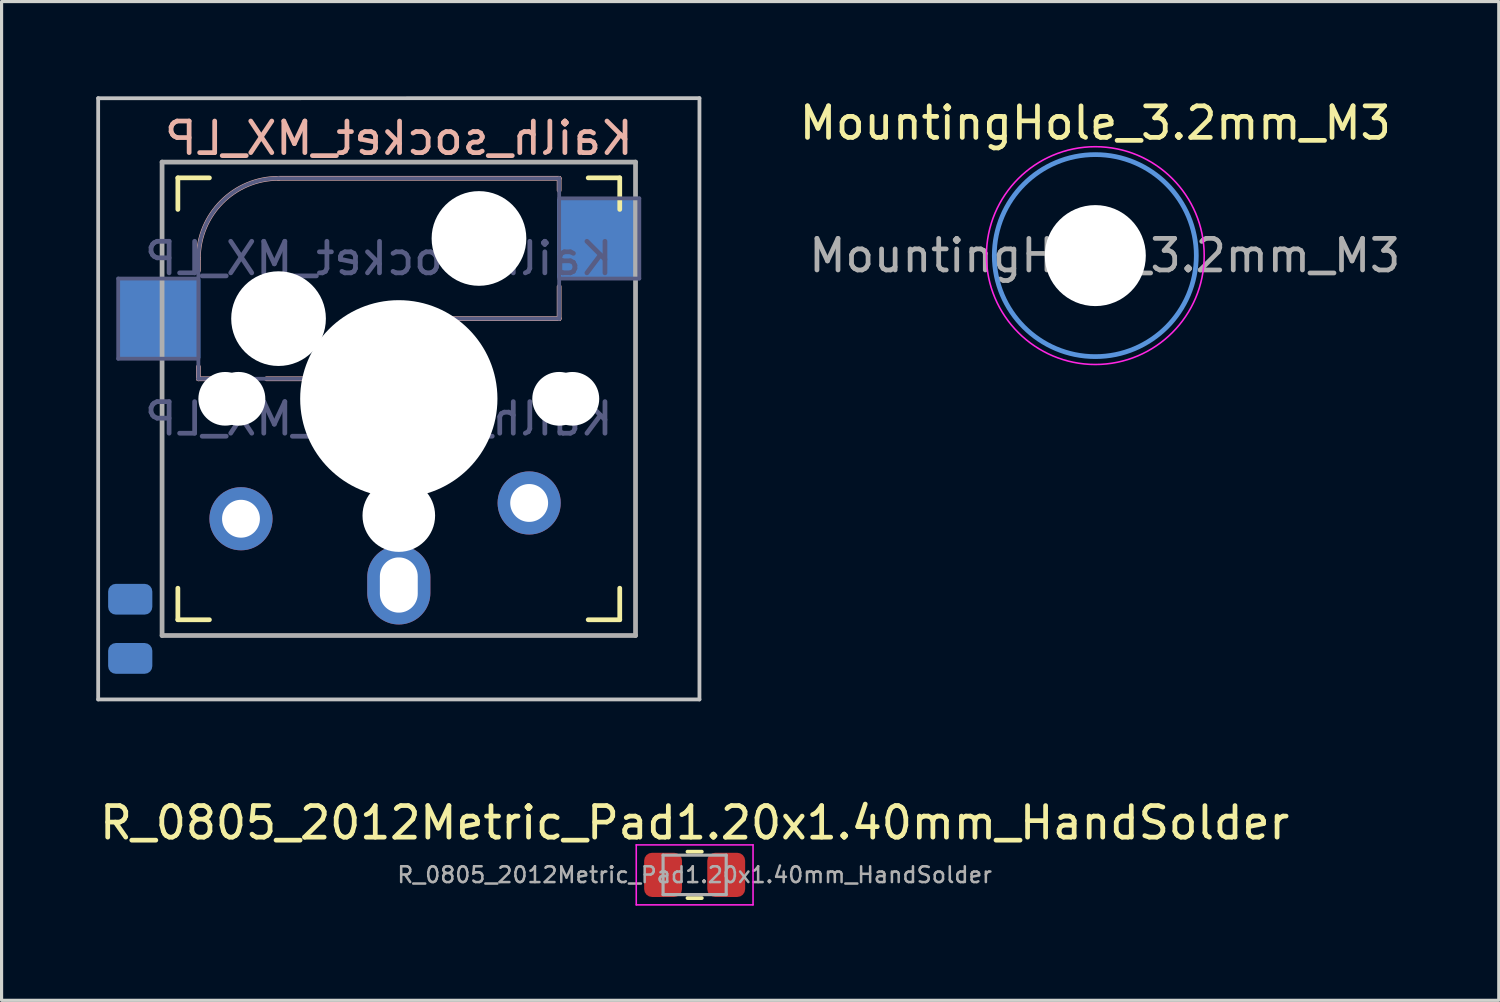
<source format=kicad_pcb>
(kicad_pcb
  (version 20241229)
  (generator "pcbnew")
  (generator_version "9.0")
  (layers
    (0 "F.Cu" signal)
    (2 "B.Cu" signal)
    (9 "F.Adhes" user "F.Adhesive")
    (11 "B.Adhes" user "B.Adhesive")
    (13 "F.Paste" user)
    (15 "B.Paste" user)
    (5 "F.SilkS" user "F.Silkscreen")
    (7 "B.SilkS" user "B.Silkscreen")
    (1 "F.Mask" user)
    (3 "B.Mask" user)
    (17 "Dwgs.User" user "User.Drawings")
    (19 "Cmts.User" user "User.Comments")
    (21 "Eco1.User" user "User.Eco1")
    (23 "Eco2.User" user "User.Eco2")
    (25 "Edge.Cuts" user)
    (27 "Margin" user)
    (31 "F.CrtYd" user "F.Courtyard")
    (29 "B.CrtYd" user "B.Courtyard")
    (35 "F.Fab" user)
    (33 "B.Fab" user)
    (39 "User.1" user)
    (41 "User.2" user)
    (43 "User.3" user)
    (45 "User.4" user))
  (footprint "R_0805_2012Metric_Pad1.20x1.40mm_HandSolder"
    (layer "F.Cu")
    (at 18.958 24.668)
    (property "Reference" "R_0805_2012Metric_Pad1.20x1.40mm_HandSolder" (at 0 -1.65 0) (layer "F.SilkS") (effects (font (size 1 1) (thickness 0.15))))
    (attr smd)
    (fp_line (start -0.227 -0.735) (end 0.227 -0.735) (stroke (width 0.12) (type solid)) (layer "F.SilkS"))
    (fp_line (start -0.227 0.735) (end 0.227 0.735) (stroke (width 0.12) (type solid)) (layer "F.SilkS"))
    (fp_line (start -1.85 -0.95) (end 1.85 -0.95) (stroke (width 0.05) (type solid)) (layer "F.CrtYd"))
    (fp_line (start -1.85 0.95) (end -1.85 -0.95) (stroke (width 0.05) (type solid)) (layer "F.CrtYd"))
    (fp_line (start 1.85 -0.95) (end 1.85 0.95) (stroke (width 0.05) (type solid)) (layer "F.CrtYd"))
    (fp_line (start 1.85 0.95) (end -1.85 0.95) (stroke (width 0.05) (type solid)) (layer "F.CrtYd"))
    (fp_line (start -1 -0.625) (end 1 -0.625) (stroke (width 0.1) (type solid)) (layer "F.Fab"))
    (fp_line (start -1 0.625) (end -1 -0.625) (stroke (width 0.1) (type solid)) (layer "F.Fab"))
    (fp_line (start 1 -0.625) (end 1 0.625) (stroke (width 0.1) (type solid)) (layer "F.Fab"))
    (fp_line (start 1 0.625) (end -1 0.625) (stroke (width 0.1) (type solid)) (layer "F.Fab"))
    (fp_text user "${REFERENCE}" (at 0 0 0) (layer "F.Fab") (effects (font (size 0.5 0.5) (thickness 0.08))))
    (pad "1" smd roundrect (at -1 0) (size 1.2 1.4) (layers "F.Cu" "F.Mask" "F.Paste") (roundrect_rratio 0.208))
    (pad "2" smd roundrect (at 1 0) (size 1.2 1.4) (layers "F.Cu" "F.Mask" "F.Paste") (roundrect_rratio 0.208)))
  (footprint "Kailh_socket_MX_LP"
    (layer "F.Cu")
    (at 9.585 9.585)
    (property "Reference" "Kailh_socket_MX_LP" (at 0 -8.255 0) (layer "B.SilkS") (effects (font (size 1 1) (thickness 0.15)) (justify mirror)))
    (property "Value" "Kailh_socket_MX_LP" (at 0 8.255 0) (layer "F.Fab") (hide yes) (effects (font (size 1 1) (thickness 0.15))))
    (attr smd)
    (fp_line (start -7 -6) (end -7 -7) (stroke (width 0.15) (type solid)) (layer "F.SilkS"))
    (fp_line (start -7 7) (end -7 6) (stroke (width 0.15) (type solid)) (layer "F.SilkS"))
    (fp_line (start -7 7) (end -6 7) (stroke (width 0.15) (type solid)) (layer "F.SilkS"))
    (fp_line (start -6 -7) (end -7 -7) (stroke (width 0.15) (type solid)) (layer "F.SilkS"))
    (fp_line (start 6 7) (end 7 7) (stroke (width 0.15) (type solid)) (layer "F.SilkS"))
    (fp_line (start 7 -7) (end 6 -7) (stroke (width 0.15) (type solid)) (layer "F.SilkS"))
    (fp_line (start 7 -7) (end 7 -6) (stroke (width 0.15) (type solid)) (layer "F.SilkS"))
    (fp_line (start 7 6) (end 7 7) (stroke (width 0.15) (type solid)) (layer "F.SilkS"))
    (fp_line (start -6.35 -4.445) (end -6.35 -4.064) (stroke (width 0.15) (type solid)) (layer "B.SilkS"))
    (fp_line (start -6.35 -1.016) (end -6.35 -0.635) (stroke (width 0.15) (type solid)) (layer "B.SilkS"))
    (fp_line (start -5.969 -0.635) (end -6.35 -0.635) (stroke (width 0.15) (type solid)) (layer "B.SilkS"))
    (fp_line (start -3.81 -6.985) (end 5.08 -6.985) (stroke (width 0.15) (type solid)) (layer "B.SilkS"))
    (fp_line (start -2.464 -0.635) (end -4.191 -0.635) (stroke (width 0.15) (type solid)) (layer "B.SilkS"))
    (fp_line (start 5.08 -6.985) (end 5.08 -6.604) (stroke (width 0.15) (type solid)) (layer "B.SilkS"))
    (fp_line (start 5.08 -3.556) (end 5.08 -2.54) (stroke (width 0.15) (type solid)) (layer "B.SilkS"))
    (fp_line (start 5.08 -2.54) (end 0 -2.54) (stroke (width 0.15) (type solid)) (layer "B.SilkS"))
    (fp_arc (start -6.35 -4.445) (mid -5.606051 -6.241051) (end -3.81 -6.985) (stroke (width 0.15) (type solid)) (layer "B.SilkS"))
    (fp_arc (start -2.464162 -0.61604) (mid -1.563147 -2.002042) (end 0 -2.54) (stroke (width 0.15) (type solid)) (layer "B.SilkS"))
    (fp_line (start -9.525 -9.523) (end 9.525 -9.525) (stroke (width 0.12) (type solid)) (layer "Dwgs.User"))
    (fp_line (start -9.525 9.525) (end -9.525 -9.525) (stroke (width 0.12) (type solid)) (layer "Dwgs.User"))
    (fp_line (start 9.525 -9.525) (end 9.525 9.525) (stroke (width 0.12) (type solid)) (layer "Dwgs.User"))
    (fp_line (start 9.525 9.525) (end -9.525 9.525) (stroke (width 0.12) (type solid)) (layer "Dwgs.User"))
    (fp_line (start -6.9 6.9) (end -6.9 -6.9) (stroke (width 0.15) (type solid)) (layer "Eco2.User"))
    (fp_line (start -6.9 6.9) (end 6.9 6.9) (stroke (width 0.15) (type solid)) (layer "Eco2.User"))
    (fp_line (start 6.9 -6.9) (end -6.9 -6.9) (stroke (width 0.15) (type solid)) (layer "Eco2.User"))
    (fp_line (start 6.9 -6.9) (end 6.9 6.9) (stroke (width 0.15) (type solid)) (layer "Eco2.User"))
    (fp_line (start -8.89 -3.81) (end -6.35 -3.81) (stroke (width 0.12) (type solid)) (layer "B.Fab"))
    (fp_line (start -8.89 -1.27) (end -8.89 -3.81) (stroke (width 0.12) (type solid)) (layer "B.Fab"))
    (fp_line (start -6.35 -1.27) (end -8.89 -1.27) (stroke (width 0.12) (type solid)) (layer "B.Fab"))
    (fp_line (start -6.35 -0.635) (end -6.35 -4.445) (stroke (width 0.12) (type solid)) (layer "B.Fab"))
    (fp_line (start -6.35 -0.635) (end -2.54 -0.635) (stroke (width 0.12) (type solid)) (layer "B.Fab"))
    (fp_line (start -3.81 -6.985) (end 5.08 -6.985) (stroke (width 0.12) (type solid)) (layer "B.Fab"))
    (fp_line (start 5.08 -6.985) (end 5.08 -2.54) (stroke (width 0.12) (type solid)) (layer "B.Fab"))
    (fp_line (start 5.08 -6.35) (end 7.62 -6.35) (stroke (width 0.12) (type solid)) (layer "B.Fab"))
    (fp_line (start 5.08 -2.54) (end 0 -2.54) (stroke (width 0.12) (type solid)) (layer "B.Fab"))
    (fp_line (start 7.62 -6.35) (end 7.62 -3.81) (stroke (width 0.12) (type solid)) (layer "B.Fab"))
    (fp_line (start 7.62 -3.81) (end 5.08 -3.81) (stroke (width 0.12) (type solid)) (layer "B.Fab"))
    (fp_arc (start -6.35 -4.445) (mid -5.606051 -6.241051) (end -3.81 -6.985) (stroke (width 0.12) (type solid)) (layer "B.Fab"))
    (fp_arc (start -2.464162 -0.61604) (mid -1.563147 -2.002042) (end 0 -2.54) (stroke (width 0.12) (type solid)) (layer "B.Fab"))
    (fp_line (start -7.5 -7.5) (end 7.5 -7.5) (stroke (width 0.15) (type solid)) (layer "F.Fab"))
    (fp_line (start -7.5 7.5) (end -7.5 -7.5) (stroke (width 0.15) (type solid)) (layer "F.Fab"))
    (fp_line (start 7.5 -7.5) (end 7.5 7.5) (stroke (width 0.15) (type solid)) (layer "F.Fab"))
    (fp_line (start 7.5 7.5) (end -7.5 7.5) (stroke (width 0.15) (type solid)) (layer "F.Fab"))
    (fp_text user "${VALUE}" (at -0.635 0.635 0) (layer "B.Fab") (effects (font (size 1 1) (thickness 0.15)) (justify mirror)))
    (fp_text user "${REFERENCE}" (at -0.635 -4.445 0) (layer "B.Fab") (effects (font (size 1 1) (thickness 0.15)) (justify mirror)))
    (pad "" np_thru_hole circle (at -5.5 0) (size 1.7 1.7) (drill 1.7) (layers "*.Cu" "*.Mask"))
    (pad "" np_thru_hole circle (at -5.08 0) (size 1.702 1.702) (drill 1.702) (layers "*.Cu" "*.Mask"))
    (pad "" np_thru_hole circle (at -3.81 -2.54) (size 3 3) (drill 3) (layers "*.Cu" "*.Mask"))
    (pad "" np_thru_hole circle (at 0 0) (size 6.25 6.25) (drill 6.25) (layers "*.Cu" "*.Mask"))
    (pad "" np_thru_hole circle (at 0 3.7) (size 2.3 2.3) (drill 2.3) (layers "*.Cu" "*.Mask"))
    (pad "" np_thru_hole circle (at 2.54 -5.08) (size 3 3) (drill 3) (layers "*.Cu" "*.Mask"))
    (pad "" np_thru_hole circle (at 5.08 0) (size 1.702 1.702) (drill 1.702) (layers "*.Cu" "*.Mask"))
    (pad "" np_thru_hole circle (at 5.5 0) (size 1.7 1.7) (drill 1.7) (layers "*.Cu" "*.Mask"))
    (pad "1" thru_hole circle (at -5 3.8) (size 2 2) (drill 1.2) (layers "*.Cu" "*.Mask"))
    (pad "1" thru_hole circle (at 4.13 3.3) (size 2 2) (drill 1.2) (layers "*.Cu" "*.Mask"))
    (pad "1" smd rect (at 6.29 -5.08) (size 2.55 2.5) (layers "B.Cu" "B.Mask" "B.Paste"))
    (pad "2" smd roundrect (at -8.509 8.225 90) (size 0.975 1.4) (layers "B.Cu" "B.Mask" "B.Paste") (roundrect_rratio 0.25))
    (pad "i2" smd roundrect (at -8.509 6.35 90) (size 0.975 1.4) (layers "B.Cu" "B.Mask" "B.Paste") (roundrect_rratio 0.25))
    (pad "i2" smd rect (at -7.56 -2.54) (size 2.55 2.5) (layers "B.Cu" "B.Mask" "B.Paste"))
    (pad "i2" thru_hole oval (at 0 5.9) (size 2 2.5) (drill oval 1.2 1.75) (layers "*.Cu" "*.Mask")))
  (footprint "MountingHole_3.2mm_M3"
    (layer "F.Cu")
    (at 31.652 5.048)
    (property "Reference" "MountingHole_3.2mm_M3" (at 0 -4.2 0) (layer "F.SilkS") (effects (font (size 1 1) (thickness 0.15))))
    (attr exclude_from_pos_files exclude_from_bom)
    (fp_circle (center 0 0) (end 3.2 0) (stroke (width 0.15) (type solid)) (fill no) (layer "Cmts.User"))
    (fp_circle (center 0 0) (end 3.45 0) (stroke (width 0.05) (type solid)) (fill no) (layer "F.CrtYd"))
    (fp_text user "${REFERENCE}" (at 0.3 0 0) (layer "F.Fab") (effects (font (size 1 1) (thickness 0.15))))
    (pad "" np_thru_hole circle (at 0 0) (size 3.2 3.2) (drill 3.2) (layers "*.Cu" "*.Mask")))
  (gr_rect
    (start -3 -3)
    (end 44.434 28.643)
    (stroke (width 0.1) (type default))
    (fill no)
    (layer "Edge.Cuts")))
</source>
